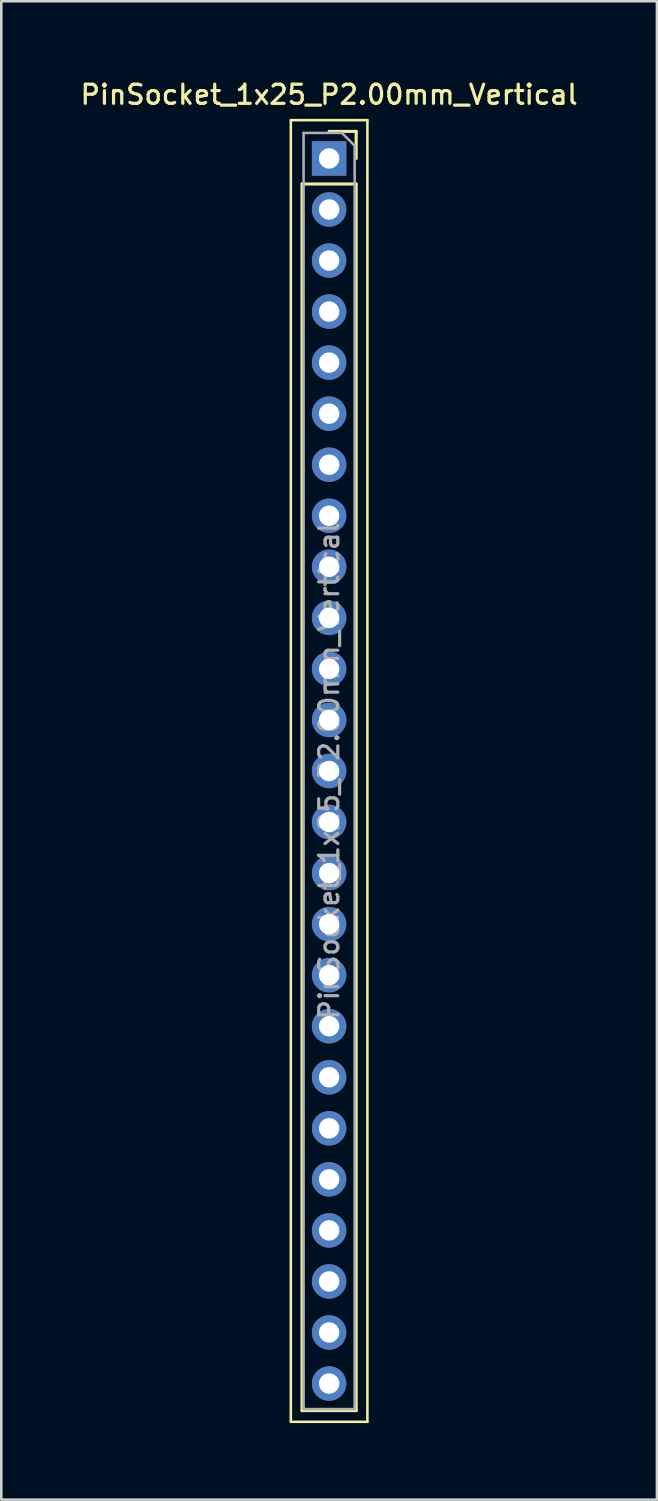
<source format=kicad_pcb>
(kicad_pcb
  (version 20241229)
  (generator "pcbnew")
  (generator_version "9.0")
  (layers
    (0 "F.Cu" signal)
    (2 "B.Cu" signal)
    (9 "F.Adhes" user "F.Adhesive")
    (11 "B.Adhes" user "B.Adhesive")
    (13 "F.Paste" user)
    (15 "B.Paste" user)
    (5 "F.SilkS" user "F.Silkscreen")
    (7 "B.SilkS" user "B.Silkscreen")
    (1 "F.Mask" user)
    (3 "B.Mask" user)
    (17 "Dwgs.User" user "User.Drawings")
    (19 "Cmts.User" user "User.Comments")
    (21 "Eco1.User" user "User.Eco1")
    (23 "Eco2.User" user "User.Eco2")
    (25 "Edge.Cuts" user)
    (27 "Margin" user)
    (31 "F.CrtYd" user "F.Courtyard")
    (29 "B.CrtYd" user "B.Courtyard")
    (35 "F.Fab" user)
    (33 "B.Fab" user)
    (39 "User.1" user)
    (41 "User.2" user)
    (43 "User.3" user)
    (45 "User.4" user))
  (footprint "PinSocket_1x25_P2.00mm_Vertical"
    (layer "F.Cu")
    (at 9.845 3.158)
    (property "Reference" "PinSocket_1x25_P2.00mm_Vertical" (at 0 -2.5 0) (layer "F.SilkS") (effects (font (size 0.75 0.75) (thickness 0.125))))
    (attr through_hole)
    (fp_line (start -1.5 -1.5) (end 1.5 -1.5) (stroke (width 0.1) (type solid)) (layer "F.SilkS"))
    (fp_line (start -1.5 49.5) (end -1.5 -1.5) (stroke (width 0.1) (type solid)) (layer "F.SilkS"))
    (fp_line (start -1.06 1) (end -1.06 49.06) (stroke (width 0.12) (type solid)) (layer "F.SilkS"))
    (fp_line (start -1.06 1) (end 1.06 1) (stroke (width 0.12) (type solid)) (layer "F.SilkS"))
    (fp_line (start -1.06 49.06) (end 1.06 49.06) (stroke (width 0.12) (type solid)) (layer "F.SilkS"))
    (fp_line (start 0 -1.06) (end 1.06 -1.06) (stroke (width 0.12) (type solid)) (layer "F.SilkS"))
    (fp_line (start 1.06 -1.06) (end 1.06 0) (stroke (width 0.12) (type solid)) (layer "F.SilkS"))
    (fp_line (start 1.06 1) (end 1.06 49.06) (stroke (width 0.12) (type solid)) (layer "F.SilkS"))
    (fp_line (start 1.5 -1.5) (end 1.5 49.5) (stroke (width 0.1) (type solid)) (layer "F.SilkS"))
    (fp_line (start 1.5 49.5) (end -1.5 49.5) (stroke (width 0.1) (type solid)) (layer "F.SilkS"))
    (fp_line (start -1 -1) (end 0.5 -1) (stroke (width 0.1) (type solid)) (layer "F.Fab"))
    (fp_line (start -1 49) (end -1 -1) (stroke (width 0.1) (type solid)) (layer "F.Fab"))
    (fp_line (start 0.5 -1) (end 1 -0.5) (stroke (width 0.1) (type solid)) (layer "F.Fab"))
    (fp_line (start 1 -0.5) (end 1 49) (stroke (width 0.1) (type solid)) (layer "F.Fab"))
    (fp_line (start 1 49) (end -1 49) (stroke (width 0.1) (type solid)) (layer "F.Fab"))
    (fp_text user "${REFERENCE}" (at 0 24 90) (layer "F.Fab") (effects (font (size 0.75 0.75) (thickness 0.125))))
    (pad "1" thru_hole rect (at 0 0) (size 1.35 1.35) (drill 0.8) (layers "*.Cu" "*.Mask"))
    (pad "2" thru_hole oval (at 0 2) (size 1.35 1.35) (drill 0.8) (layers "*.Cu" "*.Mask"))
    (pad "3" thru_hole oval (at 0 4) (size 1.35 1.35) (drill 0.8) (layers "*.Cu" "*.Mask"))
    (pad "4" thru_hole oval (at 0 6) (size 1.35 1.35) (drill 0.8) (layers "*.Cu" "*.Mask"))
    (pad "5" thru_hole oval (at 0 8) (size 1.35 1.35) (drill 0.8) (layers "*.Cu" "*.Mask"))
    (pad "6" thru_hole oval (at 0 10) (size 1.35 1.35) (drill 0.8) (layers "*.Cu" "*.Mask"))
    (pad "7" thru_hole oval (at 0 12) (size 1.35 1.35) (drill 0.8) (layers "*.Cu" "*.Mask"))
    (pad "8" thru_hole oval (at 0 14) (size 1.35 1.35) (drill 0.8) (layers "*.Cu" "*.Mask"))
    (pad "9" thru_hole oval (at 0 16) (size 1.35 1.35) (drill 0.8) (layers "*.Cu" "*.Mask"))
    (pad "10" thru_hole oval (at 0 18) (size 1.35 1.35) (drill 0.8) (layers "*.Cu" "*.Mask"))
    (pad "11" thru_hole oval (at 0 20) (size 1.35 1.35) (drill 0.8) (layers "*.Cu" "*.Mask"))
    (pad "12" thru_hole oval (at 0 22) (size 1.35 1.35) (drill 0.8) (layers "*.Cu" "*.Mask"))
    (pad "13" thru_hole oval (at 0 24) (size 1.35 1.35) (drill 0.8) (layers "*.Cu" "*.Mask"))
    (pad "14" thru_hole oval (at 0 26) (size 1.35 1.35) (drill 0.8) (layers "*.Cu" "*.Mask"))
    (pad "15" thru_hole oval (at 0 28) (size 1.35 1.35) (drill 0.8) (layers "*.Cu" "*.Mask"))
    (pad "16" thru_hole oval (at 0 30) (size 1.35 1.35) (drill 0.8) (layers "*.Cu" "*.Mask"))
    (pad "17" thru_hole oval (at 0 32) (size 1.35 1.35) (drill 0.8) (layers "*.Cu" "*.Mask"))
    (pad "18" thru_hole oval (at 0 34) (size 1.35 1.35) (drill 0.8) (layers "*.Cu" "*.Mask"))
    (pad "19" thru_hole oval (at 0 36) (size 1.35 1.35) (drill 0.8) (layers "*.Cu" "*.Mask"))
    (pad "20" thru_hole oval (at 0 38) (size 1.35 1.35) (drill 0.8) (layers "*.Cu" "*.Mask"))
    (pad "21" thru_hole oval (at 0 40) (size 1.35 1.35) (drill 0.8) (layers "*.Cu" "*.Mask"))
    (pad "22" thru_hole oval (at 0 42) (size 1.35 1.35) (drill 0.8) (layers "*.Cu" "*.Mask"))
    (pad "23" thru_hole oval (at 0 44) (size 1.35 1.35) (drill 0.8) (layers "*.Cu" "*.Mask"))
    (pad "24" thru_hole oval (at 0 46) (size 1.35 1.35) (drill 0.8) (layers "*.Cu" "*.Mask"))
    (pad "25" thru_hole oval (at 0 48) (size 1.35 1.35) (drill 0.8) (layers "*.Cu" "*.Mask")))
  (gr_rect
    (start -3 -3)
    (end 22.689 55.708)
    (stroke (width 0.1) (type default))
    (fill no)
    (layer "Edge.Cuts")))
</source>
